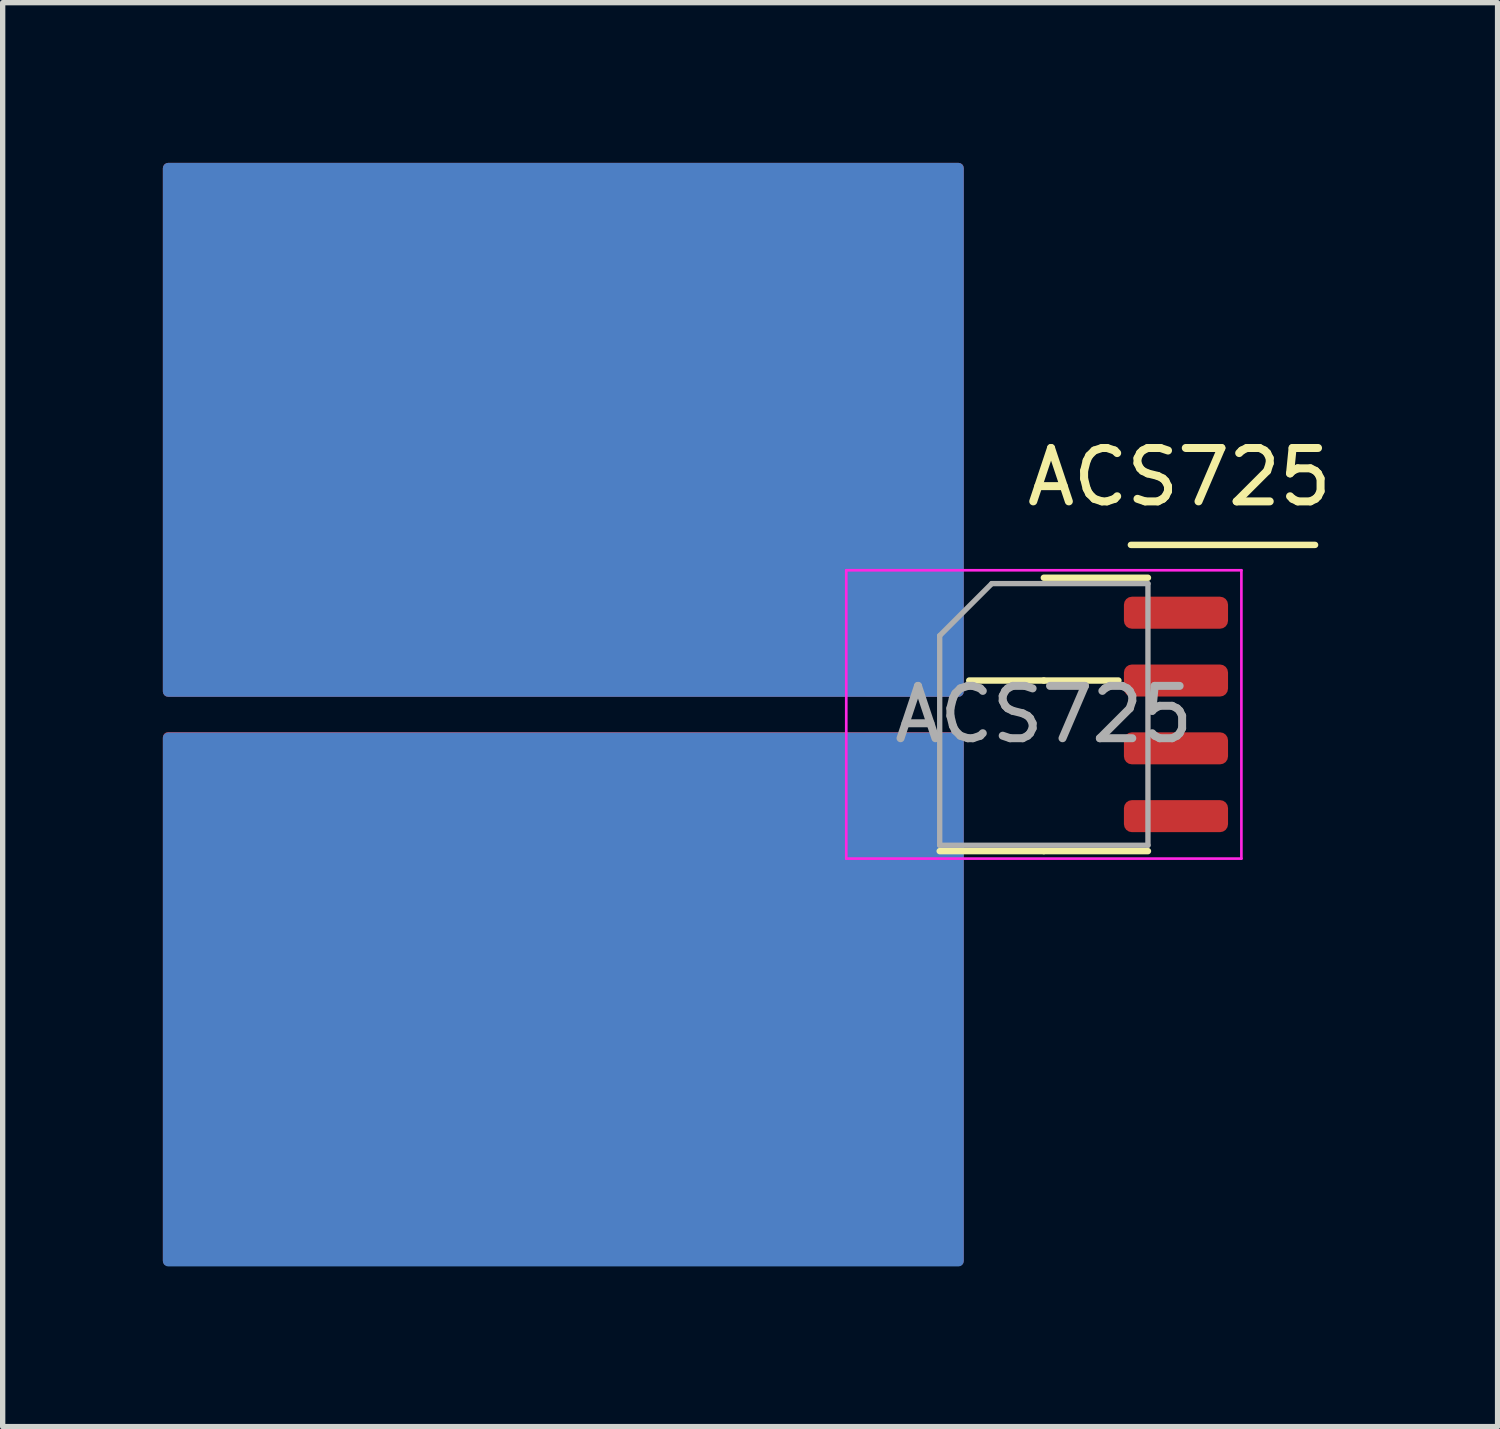
<source format=kicad_pcb>
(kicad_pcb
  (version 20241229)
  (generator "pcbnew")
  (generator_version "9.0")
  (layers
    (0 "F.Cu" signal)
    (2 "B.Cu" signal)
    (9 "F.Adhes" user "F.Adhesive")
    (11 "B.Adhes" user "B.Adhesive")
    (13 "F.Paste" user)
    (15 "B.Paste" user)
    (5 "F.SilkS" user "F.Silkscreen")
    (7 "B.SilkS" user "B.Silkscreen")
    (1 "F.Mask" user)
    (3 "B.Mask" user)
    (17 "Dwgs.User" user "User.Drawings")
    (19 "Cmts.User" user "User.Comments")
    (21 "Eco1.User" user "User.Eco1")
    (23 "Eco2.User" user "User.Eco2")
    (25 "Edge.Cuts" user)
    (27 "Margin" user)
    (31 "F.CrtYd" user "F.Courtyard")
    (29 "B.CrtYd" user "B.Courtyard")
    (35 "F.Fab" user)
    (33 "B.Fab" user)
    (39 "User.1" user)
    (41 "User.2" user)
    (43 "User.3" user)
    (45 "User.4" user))
  (footprint "ACS725"
    (layer "F.Cu")
    (at 16.499 10.33)
    (property "Reference" "ACS725" (at 2.54 -4.445 180) (layer "F.SilkS") (effects (font (size 1 1) (thickness 0.15))))
    (attr smd)
    (fp_line (start 0 -2.56) (end 1.95 -2.56) (stroke (width 0.12) (type solid)) (layer "F.SilkS"))
    (fp_line (start 0 -0.635) (end -1.397 -0.635) (stroke (width 0.12) (type solid)) (layer "F.SilkS"))
    (fp_line (start 0 2.56) (end -1.95 2.56) (stroke (width 0.12) (type solid)) (layer "F.SilkS"))
    (fp_line (start 0 2.56) (end 1.95 2.56) (stroke (width 0.12) (type solid)) (layer "F.SilkS"))
    (fp_line (start 1.397 -0.635) (end 0 -0.635) (stroke (width 0.12) (type solid)) (layer "F.SilkS"))
    (fp_line (start 5.08 -3.175) (end 1.63 -3.175) (stroke (width 0.12) (type solid)) (layer "F.SilkS"))
    (fp_line (start -3.7 -2.7) (end -3.7 2.7) (stroke (width 0.05) (type solid)) (layer "F.CrtYd"))
    (fp_line (start -3.7 2.7) (end 3.7 2.7) (stroke (width 0.05) (type solid)) (layer "F.CrtYd"))
    (fp_line (start 3.7 -2.7) (end -3.7 -2.7) (stroke (width 0.05) (type solid)) (layer "F.CrtYd"))
    (fp_line (start 3.7 2.7) (end 3.7 -2.7) (stroke (width 0.05) (type solid)) (layer "F.CrtYd"))
    (fp_line (start -1.95 -1.475) (end -0.975 -2.45) (stroke (width 0.1) (type solid)) (layer "F.Fab"))
    (fp_line (start -1.95 2.45) (end -1.95 -1.475) (stroke (width 0.1) (type solid)) (layer "F.Fab"))
    (fp_line (start -0.975 -2.45) (end 1.95 -2.45) (stroke (width 0.1) (type solid)) (layer "F.Fab"))
    (fp_line (start 1.95 -2.45) (end 1.95 2.45) (stroke (width 0.1) (type solid)) (layer "F.Fab"))
    (fp_line (start 1.95 2.45) (end -1.95 2.45) (stroke (width 0.1) (type solid)) (layer "F.Fab"))
    (fp_text user "${REFERENCE}" (at 0 0 180) (layer "F.Fab") (effects (font (size 0.98 0.98) (thickness 0.15))))
    (pad "1" smd roundrect (at -1.499 -0.33) (size 15 10) (drill (offset -7.5 -5)) (layers "F.Cu" "F.Mask") (roundrect_rratio 0.01))
    (pad "1" smd roundrect (at -1.499 -0.33) (size 15 10) (drill (offset -7.5 -5)) (layers "F.Mask" "B.Cu" "F.Paste") (roundrect_rratio 0.01))
    (pad "2" smd roundrect (at -2.478 -0.635) (size 1.95 0.6) (layers "F.Cu" "F.Mask" "F.Paste") (roundrect_rratio 0.25))
    (pad "3" smd roundrect (at -1.499 0.33) (size 15 10) (drill (offset -7.5 5)) (layers "F.Cu" "F.Paste") (roundrect_rratio 0.01))
    (pad "3" smd roundrect (at -1.499 10.338) (size 15 10) (drill (offset -7.5 -5)) (layers "F.Mask" "B.Cu" "F.Paste") (roundrect_rratio 0.01))
    (pad "4" smd roundrect (at -2.478 0.635) (size 1.95 0.6) (layers "F.Cu" "F.Mask" "F.Paste") (roundrect_rratio 0.25))
    (pad "5" smd roundrect (at 2.475 1.905) (size 1.95 0.6) (layers "F.Cu" "F.Mask" "F.Paste") (roundrect_rratio 0.25))
    (pad "6" smd roundrect (at 2.475 0.635) (size 1.95 0.6) (layers "F.Cu" "F.Mask" "F.Paste") (roundrect_rratio 0.25))
    (pad "7" smd roundrect (at 2.475 -0.635) (size 1.95 0.6) (layers "F.Cu" "F.Mask" "F.Paste") (roundrect_rratio 0.25))
    (pad "8" smd roundrect (at 2.475 -1.905) (size 1.95 0.6) (layers "F.Cu" "F.Mask" "F.Paste") (roundrect_rratio 0.25)))
  (gr_rect
    (start -3 -3)
    (end 24.997 23.668)
    (stroke (width 0.1) (type default))
    (fill no)
    (layer "Edge.Cuts")))
</source>
